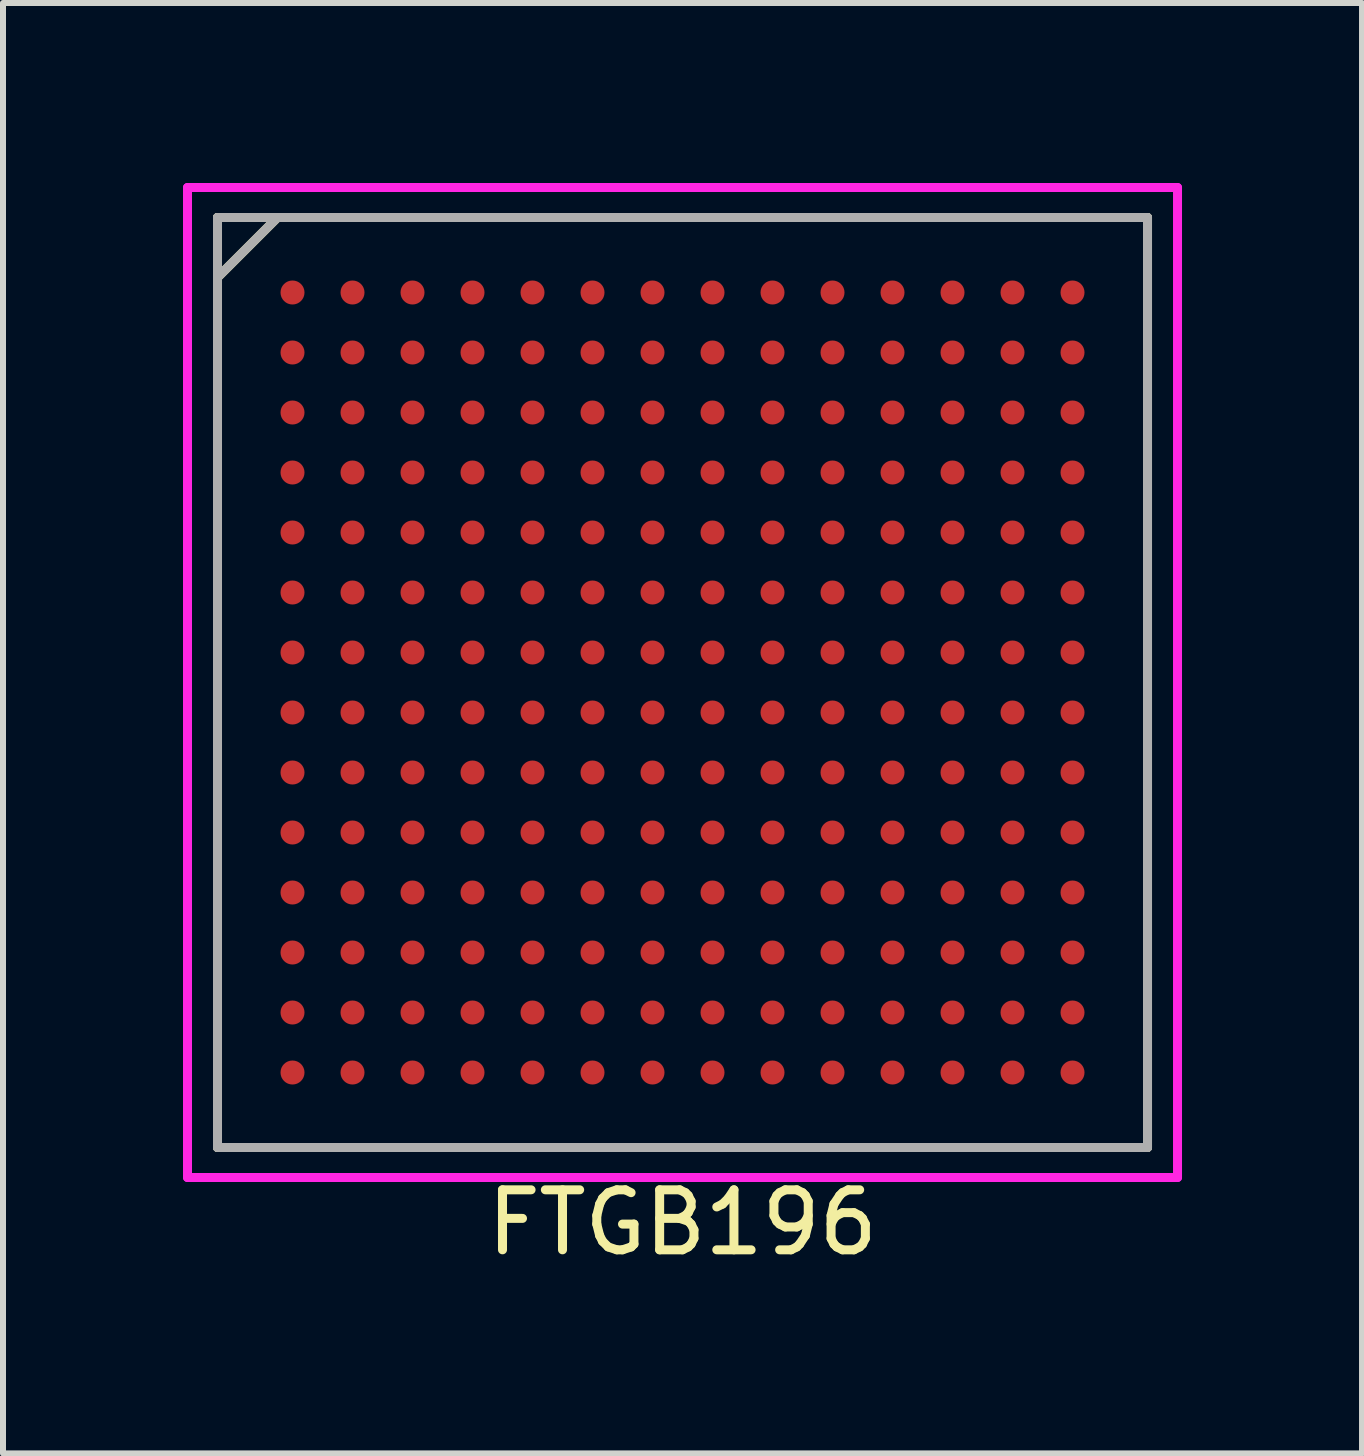
<source format=kicad_pcb>
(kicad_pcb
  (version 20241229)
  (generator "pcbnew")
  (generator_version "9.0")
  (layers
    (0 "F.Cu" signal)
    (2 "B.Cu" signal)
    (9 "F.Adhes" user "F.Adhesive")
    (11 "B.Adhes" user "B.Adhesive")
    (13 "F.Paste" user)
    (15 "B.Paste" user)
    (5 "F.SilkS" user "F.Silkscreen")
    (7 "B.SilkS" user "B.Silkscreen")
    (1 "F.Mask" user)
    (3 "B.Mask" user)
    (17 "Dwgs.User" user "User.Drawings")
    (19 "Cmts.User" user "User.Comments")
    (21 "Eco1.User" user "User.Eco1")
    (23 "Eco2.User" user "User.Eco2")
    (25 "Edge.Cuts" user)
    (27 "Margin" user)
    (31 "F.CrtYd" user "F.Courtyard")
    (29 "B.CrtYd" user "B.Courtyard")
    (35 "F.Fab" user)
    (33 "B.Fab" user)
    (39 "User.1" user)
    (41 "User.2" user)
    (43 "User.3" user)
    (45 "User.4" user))
  (footprint "FTGB196"
    (layer "F.Cu")
    (at 8.325 8.325)
    (property "Reference" "FTGB196" (at 0 9 0) (layer "F.SilkS") (effects (font (size 1 1) (thickness 0.15))))
    (attr through_hole)
    (fp_line (start -7.75 -7.75) (end -6.75 -7.75) (stroke (width 0.15) (type solid)) (layer "F.SilkS"))
    (fp_line (start -7.75 -7.75) (end 7.75 -7.75) (stroke (width 0.15) (type solid)) (layer "F.SilkS"))
    (fp_line (start -7.75 7.75) (end -7.75 -7.75) (stroke (width 0.15) (type solid)) (layer "F.SilkS"))
    (fp_line (start -6.75 -7.75) (end -7.75 -6.75) (stroke (width 0.15) (type solid)) (layer "F.SilkS"))
    (fp_line (start 7.75 -7.75) (end 7.75 7.75) (stroke (width 0.15) (type solid)) (layer "F.SilkS"))
    (fp_line (start 7.75 7.75) (end -7.75 7.75) (stroke (width 0.15) (type solid)) (layer "F.SilkS"))
    (fp_line (start -8.25 -8.25) (end 8.25 -8.25) (stroke (width 0.15) (type solid)) (layer "F.CrtYd"))
    (fp_line (start -8.25 8.25) (end -8.25 -8.25) (stroke (width 0.15) (type solid)) (layer "F.CrtYd"))
    (fp_line (start 8.25 -8.25) (end 8.25 8.25) (stroke (width 0.15) (type solid)) (layer "F.CrtYd"))
    (fp_line (start 8.25 8.25) (end -8.25 8.25) (stroke (width 0.15) (type solid)) (layer "F.CrtYd"))
    (fp_line (start -7.75 -7.75) (end 7.75 -7.75) (stroke (width 0.15) (type solid)) (layer "F.Fab"))
    (fp_line (start -7.75 7.75) (end -7.75 -7.75) (stroke (width 0.15) (type solid)) (layer "F.Fab"))
    (fp_line (start -6.75 -7.75) (end -7.75 -6.75) (stroke (width 0.15) (type solid)) (layer "F.Fab"))
    (fp_line (start 7.75 -7.75) (end 7.75 7.75) (stroke (width 0.15) (type solid)) (layer "F.Fab"))
    (fp_line (start 7.75 7.75) (end -7.75 7.75) (stroke (width 0.15) (type solid)) (layer "F.Fab"))
    (pad "A1" smd circle (at -6.5 -6.5) (size 0.4 0.4) (layers "F.Cu" "F.Mask" "F.Paste"))
    (pad "A2" smd circle (at -5.5 -6.5) (size 0.4 0.4) (layers "F.Cu" "F.Mask" "F.Paste"))
    (pad "A3" smd circle (at -4.5 -6.5) (size 0.4 0.4) (layers "F.Cu" "F.Mask" "F.Paste"))
    (pad "A4" smd circle (at -3.5 -6.5) (size 0.4 0.4) (layers "F.Cu" "F.Mask" "F.Paste"))
    (pad "A5" smd circle (at -2.5 -6.5) (size 0.4 0.4) (layers "F.Cu" "F.Mask" "F.Paste"))
    (pad "A6" smd circle (at -1.5 -6.5) (size 0.4 0.4) (layers "F.Cu" "F.Mask" "F.Paste"))
    (pad "A7" smd circle (at -0.5 -6.5) (size 0.4 0.4) (layers "F.Cu" "F.Mask" "F.Paste"))
    (pad "A8" smd circle (at 0.5 -6.5) (size 0.4 0.4) (layers "F.Cu" "F.Mask" "F.Paste"))
    (pad "A9" smd circle (at 1.5 -6.5) (size 0.4 0.4) (layers "F.Cu" "F.Mask" "F.Paste"))
    (pad "A10" smd circle (at 2.5 -6.5) (size 0.4 0.4) (layers "F.Cu" "F.Mask" "F.Paste"))
    (pad "A11" smd circle (at 3.5 -6.5) (size 0.4 0.4) (layers "F.Cu" "F.Mask" "F.Paste"))
    (pad "A12" smd circle (at 4.5 -6.5) (size 0.4 0.4) (layers "F.Cu" "F.Mask" "F.Paste"))
    (pad "A13" smd circle (at 5.5 -6.5) (size 0.4 0.4) (layers "F.Cu" "F.Mask" "F.Paste"))
    (pad "A14" smd circle (at 6.5 -6.5) (size 0.4 0.4) (layers "F.Cu" "F.Mask" "F.Paste"))
    (pad "B1" smd circle (at -6.5 -5.5) (size 0.4 0.4) (layers "F.Cu" "F.Mask" "F.Paste"))
    (pad "B2" smd circle (at -5.5 -5.5) (size 0.4 0.4) (layers "F.Cu" "F.Mask" "F.Paste"))
    (pad "B3" smd circle (at -4.5 -5.5) (size 0.4 0.4) (layers "F.Cu" "F.Mask" "F.Paste"))
    (pad "B4" smd circle (at -3.5 -5.5) (size 0.4 0.4) (layers "F.Cu" "F.Mask" "F.Paste"))
    (pad "B5" smd circle (at -2.5 -5.5) (size 0.4 0.4) (layers "F.Cu" "F.Mask" "F.Paste"))
    (pad "B6" smd circle (at -1.5 -5.5) (size 0.4 0.4) (layers "F.Cu" "F.Mask" "F.Paste"))
    (pad "B7" smd circle (at -0.5 -5.5) (size 0.4 0.4) (layers "F.Cu" "F.Mask" "F.Paste"))
    (pad "B8" smd circle (at 0.5 -5.5) (size 0.4 0.4) (layers "F.Cu" "F.Mask" "F.Paste"))
    (pad "B9" smd circle (at 1.5 -5.5) (size 0.4 0.4) (layers "F.Cu" "F.Mask" "F.Paste"))
    (pad "B10" smd circle (at 2.5 -5.5) (size 0.4 0.4) (layers "F.Cu" "F.Mask" "F.Paste"))
    (pad "B11" smd circle (at 3.5 -5.5) (size 0.4 0.4) (layers "F.Cu" "F.Mask" "F.Paste"))
    (pad "B12" smd circle (at 4.5 -5.5) (size 0.4 0.4) (layers "F.Cu" "F.Mask" "F.Paste"))
    (pad "B13" smd circle (at 5.5 -5.5) (size 0.4 0.4) (layers "F.Cu" "F.Mask" "F.Paste"))
    (pad "B14" smd circle (at 6.5 -5.5) (size 0.4 0.4) (layers "F.Cu" "F.Mask" "F.Paste"))
    (pad "C1" smd circle (at -6.5 -4.5) (size 0.4 0.4) (layers "F.Cu" "F.Mask" "F.Paste"))
    (pad "C2" smd circle (at -5.5 -4.5) (size 0.4 0.4) (layers "F.Cu" "F.Mask" "F.Paste"))
    (pad "C3" smd circle (at -4.5 -4.5) (size 0.4 0.4) (layers "F.Cu" "F.Mask" "F.Paste"))
    (pad "C4" smd circle (at -3.5 -4.5) (size 0.4 0.4) (layers "F.Cu" "F.Mask" "F.Paste"))
    (pad "C5" smd circle (at -2.5 -4.5) (size 0.4 0.4) (layers "F.Cu" "F.Mask" "F.Paste"))
    (pad "C6" smd circle (at -1.5 -4.5) (size 0.4 0.4) (layers "F.Cu" "F.Mask" "F.Paste"))
    (pad "C7" smd circle (at -0.5 -4.5) (size 0.4 0.4) (layers "F.Cu" "F.Mask" "F.Paste"))
    (pad "C8" smd circle (at 0.5 -4.5) (size 0.4 0.4) (layers "F.Cu" "F.Mask" "F.Paste"))
    (pad "C9" smd circle (at 1.5 -4.5) (size 0.4 0.4) (layers "F.Cu" "F.Mask" "F.Paste"))
    (pad "C10" smd circle (at 2.5 -4.5) (size 0.4 0.4) (layers "F.Cu" "F.Mask" "F.Paste"))
    (pad "C11" smd circle (at 3.5 -4.5) (size 0.4 0.4) (layers "F.Cu" "F.Mask" "F.Paste"))
    (pad "C12" smd circle (at 4.5 -4.5) (size 0.4 0.4) (layers "F.Cu" "F.Mask" "F.Paste"))
    (pad "C13" smd circle (at 5.5 -4.5) (size 0.4 0.4) (layers "F.Cu" "F.Mask" "F.Paste"))
    (pad "C14" smd circle (at 6.5 -4.5) (size 0.4 0.4) (layers "F.Cu" "F.Mask" "F.Paste"))
    (pad "D1" smd circle (at -6.5 -3.5) (size 0.4 0.4) (layers "F.Cu" "F.Mask" "F.Paste"))
    (pad "D2" smd circle (at -5.5 -3.5) (size 0.4 0.4) (layers "F.Cu" "F.Mask" "F.Paste"))
    (pad "D3" smd circle (at -4.5 -3.5) (size 0.4 0.4) (layers "F.Cu" "F.Mask" "F.Paste"))
    (pad "D4" smd circle (at -3.5 -3.5) (size 0.4 0.4) (layers "F.Cu" "F.Mask" "F.Paste"))
    (pad "D5" smd circle (at -2.5 -3.5) (size 0.4 0.4) (layers "F.Cu" "F.Mask" "F.Paste"))
    (pad "D6" smd circle (at -1.5 -3.5) (size 0.4 0.4) (layers "F.Cu" "F.Mask" "F.Paste"))
    (pad "D7" smd circle (at -0.5 -3.5) (size 0.4 0.4) (layers "F.Cu" "F.Mask" "F.Paste"))
    (pad "D8" smd circle (at 0.5 -3.5) (size 0.4 0.4) (layers "F.Cu" "F.Mask" "F.Paste"))
    (pad "D9" smd circle (at 1.5 -3.5) (size 0.4 0.4) (layers "F.Cu" "F.Mask" "F.Paste"))
    (pad "D10" smd circle (at 2.5 -3.5) (size 0.4 0.4) (layers "F.Cu" "F.Mask" "F.Paste"))
    (pad "D11" smd circle (at 3.5 -3.5) (size 0.4 0.4) (layers "F.Cu" "F.Mask" "F.Paste"))
    (pad "D12" smd circle (at 4.5 -3.5) (size 0.4 0.4) (layers "F.Cu" "F.Mask" "F.Paste"))
    (pad "D13" smd circle (at 5.5 -3.5) (size 0.4 0.4) (layers "F.Cu" "F.Mask" "F.Paste"))
    (pad "D14" smd circle (at 6.5 -3.5) (size 0.4 0.4) (layers "F.Cu" "F.Mask" "F.Paste"))
    (pad "E1" smd circle (at -6.5 -2.5) (size 0.4 0.4) (layers "F.Cu" "F.Mask" "F.Paste"))
    (pad "E2" smd circle (at -5.5 -2.5) (size 0.4 0.4) (layers "F.Cu" "F.Mask" "F.Paste"))
    (pad "E3" smd circle (at -4.5 -2.5) (size 0.4 0.4) (layers "F.Cu" "F.Mask" "F.Paste"))
    (pad "E4" smd circle (at -3.5 -2.5) (size 0.4 0.4) (layers "F.Cu" "F.Mask" "F.Paste"))
    (pad "E5" smd circle (at -2.5 -2.5) (size 0.4 0.4) (layers "F.Cu" "F.Mask" "F.Paste"))
    (pad "E6" smd circle (at -1.5 -2.5) (size 0.4 0.4) (layers "F.Cu" "F.Mask" "F.Paste"))
    (pad "E7" smd circle (at -0.5 -2.5) (size 0.4 0.4) (layers "F.Cu" "F.Mask" "F.Paste"))
    (pad "E8" smd circle (at 0.5 -2.5) (size 0.4 0.4) (layers "F.Cu" "F.Mask" "F.Paste"))
    (pad "E9" smd circle (at 1.5 -2.5) (size 0.4 0.4) (layers "F.Cu" "F.Mask" "F.Paste"))
    (pad "E10" smd circle (at 2.5 -2.5) (size 0.4 0.4) (layers "F.Cu" "F.Mask" "F.Paste"))
    (pad "E11" smd circle (at 3.5 -2.5) (size 0.4 0.4) (layers "F.Cu" "F.Mask" "F.Paste"))
    (pad "E12" smd circle (at 4.5 -2.5) (size 0.4 0.4) (layers "F.Cu" "F.Mask" "F.Paste"))
    (pad "E13" smd circle (at 5.5 -2.5) (size 0.4 0.4) (layers "F.Cu" "F.Mask" "F.Paste"))
    (pad "E14" smd circle (at 6.5 -2.5) (size 0.4 0.4) (layers "F.Cu" "F.Mask" "F.Paste"))
    (pad "F1" smd circle (at -6.5 -1.5) (size 0.4 0.4) (layers "F.Cu" "F.Mask" "F.Paste"))
    (pad "F2" smd circle (at -5.5 -1.5) (size 0.4 0.4) (layers "F.Cu" "F.Mask" "F.Paste"))
    (pad "F3" smd circle (at -4.5 -1.5) (size 0.4 0.4) (layers "F.Cu" "F.Mask" "F.Paste"))
    (pad "F4" smd circle (at -3.5 -1.5) (size 0.4 0.4) (layers "F.Cu" "F.Mask" "F.Paste"))
    (pad "F5" smd circle (at -2.5 -1.5) (size 0.4 0.4) (layers "F.Cu" "F.Mask" "F.Paste"))
    (pad "F6" smd circle (at -1.5 -1.5) (size 0.4 0.4) (layers "F.Cu" "F.Mask" "F.Paste"))
    (pad "F7" smd circle (at -0.5 -1.5) (size 0.4 0.4) (layers "F.Cu" "F.Mask" "F.Paste"))
    (pad "F8" smd circle (at 0.5 -1.5) (size 0.4 0.4) (layers "F.Cu" "F.Mask" "F.Paste"))
    (pad "F9" smd circle (at 1.5 -1.5) (size 0.4 0.4) (layers "F.Cu" "F.Mask" "F.Paste"))
    (pad "F10" smd circle (at 2.5 -1.5) (size 0.4 0.4) (layers "F.Cu" "F.Mask" "F.Paste"))
    (pad "F11" smd circle (at 3.5 -1.5) (size 0.4 0.4) (layers "F.Cu" "F.Mask" "F.Paste"))
    (pad "F12" smd circle (at 4.5 -1.5) (size 0.4 0.4) (layers "F.Cu" "F.Mask" "F.Paste"))
    (pad "F13" smd circle (at 5.5 -1.5) (size 0.4 0.4) (layers "F.Cu" "F.Mask" "F.Paste"))
    (pad "F14" smd circle (at 6.5 -1.5) (size 0.4 0.4) (layers "F.Cu" "F.Mask" "F.Paste"))
    (pad "G1" smd circle (at -6.5 -0.5) (size 0.4 0.4) (layers "F.Cu" "F.Mask" "F.Paste"))
    (pad "G2" smd circle (at -5.5 -0.5) (size 0.4 0.4) (layers "F.Cu" "F.Mask" "F.Paste"))
    (pad "G3" smd circle (at -4.5 -0.5) (size 0.4 0.4) (layers "F.Cu" "F.Mask" "F.Paste"))
    (pad "G4" smd circle (at -3.5 -0.5) (size 0.4 0.4) (layers "F.Cu" "F.Mask" "F.Paste"))
    (pad "G5" smd circle (at -2.5 -0.5) (size 0.4 0.4) (layers "F.Cu" "F.Mask" "F.Paste"))
    (pad "G6" smd circle (at -1.5 -0.5) (size 0.4 0.4) (layers "F.Cu" "F.Mask" "F.Paste"))
    (pad "G7" smd circle (at -0.5 -0.5) (size 0.4 0.4) (layers "F.Cu" "F.Mask" "F.Paste"))
    (pad "G8" smd circle (at 0.5 -0.5) (size 0.4 0.4) (layers "F.Cu" "F.Mask" "F.Paste"))
    (pad "G9" smd circle (at 1.5 -0.5) (size 0.4 0.4) (layers "F.Cu" "F.Mask" "F.Paste"))
    (pad "G10" smd circle (at 2.5 -0.5) (size 0.4 0.4) (layers "F.Cu" "F.Mask" "F.Paste"))
    (pad "G11" smd circle (at 3.5 -0.5) (size 0.4 0.4) (layers "F.Cu" "F.Mask" "F.Paste"))
    (pad "G12" smd circle (at 4.5 -0.5) (size 0.4 0.4) (layers "F.Cu" "F.Mask" "F.Paste"))
    (pad "G13" smd circle (at 5.5 -0.5) (size 0.4 0.4) (layers "F.Cu" "F.Mask" "F.Paste"))
    (pad "G14" smd circle (at 6.5 -0.5) (size 0.4 0.4) (layers "F.Cu" "F.Mask" "F.Paste"))
    (pad "H1" smd circle (at -6.5 0.5) (size 0.4 0.4) (layers "F.Cu" "F.Mask" "F.Paste"))
    (pad "H2" smd circle (at -5.5 0.5) (size 0.4 0.4) (layers "F.Cu" "F.Mask" "F.Paste"))
    (pad "H3" smd circle (at -4.5 0.5) (size 0.4 0.4) (layers "F.Cu" "F.Mask" "F.Paste"))
    (pad "H4" smd circle (at -3.5 0.5) (size 0.4 0.4) (layers "F.Cu" "F.Mask" "F.Paste"))
    (pad "H5" smd circle (at -2.5 0.5) (size 0.4 0.4) (layers "F.Cu" "F.Mask" "F.Paste"))
    (pad "H6" smd circle (at -1.5 0.5) (size 0.4 0.4) (layers "F.Cu" "F.Mask" "F.Paste"))
    (pad "H7" smd circle (at -0.5 0.5) (size 0.4 0.4) (layers "F.Cu" "F.Mask" "F.Paste"))
    (pad "H8" smd circle (at 0.5 0.5) (size 0.4 0.4) (layers "F.Cu" "F.Mask" "F.Paste"))
    (pad "H9" smd circle (at 1.5 0.5) (size 0.4 0.4) (layers "F.Cu" "F.Mask" "F.Paste"))
    (pad "H10" smd circle (at 2.5 0.5) (size 0.4 0.4) (layers "F.Cu" "F.Mask" "F.Paste"))
    (pad "H11" smd circle (at 3.5 0.5) (size 0.4 0.4) (layers "F.Cu" "F.Mask" "F.Paste"))
    (pad "H12" smd circle (at 4.5 0.5) (size 0.4 0.4) (layers "F.Cu" "F.Mask" "F.Paste"))
    (pad "H13" smd circle (at 5.5 0.5) (size 0.4 0.4) (layers "F.Cu" "F.Mask" "F.Paste"))
    (pad "H14" smd circle (at 6.5 0.5) (size 0.4 0.4) (layers "F.Cu" "F.Mask" "F.Paste"))
    (pad "J1" smd circle (at -6.5 1.5) (size 0.4 0.4) (layers "F.Cu" "F.Mask" "F.Paste"))
    (pad "J2" smd circle (at -5.5 1.5) (size 0.4 0.4) (layers "F.Cu" "F.Mask" "F.Paste"))
    (pad "J3" smd circle (at -4.5 1.5) (size 0.4 0.4) (layers "F.Cu" "F.Mask" "F.Paste"))
    (pad "J4" smd circle (at -3.5 1.5) (size 0.4 0.4) (layers "F.Cu" "F.Mask" "F.Paste"))
    (pad "J5" smd circle (at -2.5 1.5) (size 0.4 0.4) (layers "F.Cu" "F.Mask" "F.Paste"))
    (pad "J6" smd circle (at -1.5 1.5) (size 0.4 0.4) (layers "F.Cu" "F.Mask" "F.Paste"))
    (pad "J7" smd circle (at -0.5 1.5) (size 0.4 0.4) (layers "F.Cu" "F.Mask" "F.Paste"))
    (pad "J8" smd circle (at 0.5 1.5) (size 0.4 0.4) (layers "F.Cu" "F.Mask" "F.Paste"))
    (pad "J9" smd circle (at 1.5 1.5) (size 0.4 0.4) (layers "F.Cu" "F.Mask" "F.Paste"))
    (pad "J10" smd circle (at 2.5 1.5) (size 0.4 0.4) (layers "F.Cu" "F.Mask" "F.Paste"))
    (pad "J11" smd circle (at 3.5 1.5) (size 0.4 0.4) (layers "F.Cu" "F.Mask" "F.Paste"))
    (pad "J12" smd circle (at 4.5 1.5) (size 0.4 0.4) (layers "F.Cu" "F.Mask" "F.Paste"))
    (pad "J13" smd circle (at 5.5 1.5) (size 0.4 0.4) (layers "F.Cu" "F.Mask" "F.Paste"))
    (pad "J14" smd circle (at 6.5 1.5) (size 0.4 0.4) (layers "F.Cu" "F.Mask" "F.Paste"))
    (pad "K1" smd circle (at -6.5 2.5) (size 0.4 0.4) (layers "F.Cu" "F.Mask" "F.Paste"))
    (pad "K2" smd circle (at -5.5 2.5) (size 0.4 0.4) (layers "F.Cu" "F.Mask" "F.Paste"))
    (pad "K3" smd circle (at -4.5 2.5) (size 0.4 0.4) (layers "F.Cu" "F.Mask" "F.Paste"))
    (pad "K4" smd circle (at -3.5 2.5) (size 0.4 0.4) (layers "F.Cu" "F.Mask" "F.Paste"))
    (pad "K5" smd circle (at -2.5 2.5) (size 0.4 0.4) (layers "F.Cu" "F.Mask" "F.Paste"))
    (pad "K6" smd circle (at -1.5 2.5) (size 0.4 0.4) (layers "F.Cu" "F.Mask" "F.Paste"))
    (pad "K7" smd circle (at -0.5 2.5) (size 0.4 0.4) (layers "F.Cu" "F.Mask" "F.Paste"))
    (pad "K8" smd circle (at 0.5 2.5) (size 0.4 0.4) (layers "F.Cu" "F.Mask" "F.Paste"))
    (pad "K9" smd circle (at 1.5 2.5) (size 0.4 0.4) (layers "F.Cu" "F.Mask" "F.Paste"))
    (pad "K10" smd circle (at 2.5 2.5) (size 0.4 0.4) (layers "F.Cu" "F.Mask" "F.Paste"))
    (pad "K11" smd circle (at 3.5 2.5) (size 0.4 0.4) (layers "F.Cu" "F.Mask" "F.Paste"))
    (pad "K12" smd circle (at 4.5 2.5) (size 0.4 0.4) (layers "F.Cu" "F.Mask" "F.Paste"))
    (pad "K13" smd circle (at 5.5 2.5) (size 0.4 0.4) (layers "F.Cu" "F.Mask" "F.Paste"))
    (pad "K14" smd circle (at 6.5 2.5) (size 0.4 0.4) (layers "F.Cu" "F.Mask" "F.Paste"))
    (pad "L1" smd circle (at -6.5 3.5) (size 0.4 0.4) (layers "F.Cu" "F.Mask" "F.Paste"))
    (pad "L2" smd circle (at -5.5 3.5) (size 0.4 0.4) (layers "F.Cu" "F.Mask" "F.Paste"))
    (pad "L3" smd circle (at -4.5 3.5) (size 0.4 0.4) (layers "F.Cu" "F.Mask" "F.Paste"))
    (pad "L4" smd circle (at -3.5 3.5) (size 0.4 0.4) (layers "F.Cu" "F.Mask" "F.Paste"))
    (pad "L5" smd circle (at -2.5 3.5) (size 0.4 0.4) (layers "F.Cu" "F.Mask" "F.Paste"))
    (pad "L6" smd circle (at -1.5 3.5) (size 0.4 0.4) (layers "F.Cu" "F.Mask" "F.Paste"))
    (pad "L7" smd circle (at -0.5 3.5) (size 0.4 0.4) (layers "F.Cu" "F.Mask" "F.Paste"))
    (pad "L8" smd circle (at 0.5 3.5) (size 0.4 0.4) (layers "F.Cu" "F.Mask" "F.Paste"))
    (pad "L9" smd circle (at 1.5 3.5) (size 0.4 0.4) (layers "F.Cu" "F.Mask" "F.Paste"))
    (pad "L10" smd circle (at 2.5 3.5) (size 0.4 0.4) (layers "F.Cu" "F.Mask" "F.Paste"))
    (pad "L11" smd circle (at 3.5 3.5) (size 0.4 0.4) (layers "F.Cu" "F.Mask" "F.Paste"))
    (pad "L12" smd circle (at 4.5 3.5) (size 0.4 0.4) (layers "F.Cu" "F.Mask" "F.Paste"))
    (pad "L13" smd circle (at 5.5 3.5) (size 0.4 0.4) (layers "F.Cu" "F.Mask" "F.Paste"))
    (pad "L14" smd circle (at 6.5 3.5) (size 0.4 0.4) (layers "F.Cu" "F.Mask" "F.Paste"))
    (pad "M1" smd circle (at -6.5 4.5) (size 0.4 0.4) (layers "F.Cu" "F.Mask" "F.Paste"))
    (pad "M2" smd circle (at -5.5 4.5) (size 0.4 0.4) (layers "F.Cu" "F.Mask" "F.Paste"))
    (pad "M3" smd circle (at -4.5 4.5) (size 0.4 0.4) (layers "F.Cu" "F.Mask" "F.Paste"))
    (pad "M4" smd circle (at -3.5 4.5) (size 0.4 0.4) (layers "F.Cu" "F.Mask" "F.Paste"))
    (pad "M5" smd circle (at -2.5 4.5) (size 0.4 0.4) (layers "F.Cu" "F.Mask" "F.Paste"))
    (pad "M6" smd circle (at -1.5 4.5) (size 0.4 0.4) (layers "F.Cu" "F.Mask" "F.Paste"))
    (pad "M7" smd circle (at -0.5 4.5) (size 0.4 0.4) (layers "F.Cu" "F.Mask" "F.Paste"))
    (pad "M8" smd circle (at 0.5 4.5) (size 0.4 0.4) (layers "F.Cu" "F.Mask" "F.Paste"))
    (pad "M9" smd circle (at 1.5 4.5) (size 0.4 0.4) (layers "F.Cu" "F.Mask" "F.Paste"))
    (pad "M10" smd circle (at 2.5 4.5) (size 0.4 0.4) (layers "F.Cu" "F.Mask" "F.Paste"))
    (pad "M11" smd circle (at 3.5 4.5) (size 0.4 0.4) (layers "F.Cu" "F.Mask" "F.Paste"))
    (pad "M12" smd circle (at 4.5 4.5) (size 0.4 0.4) (layers "F.Cu" "F.Mask" "F.Paste"))
    (pad "M13" smd circle (at 5.5 4.5) (size 0.4 0.4) (layers "F.Cu" "F.Mask" "F.Paste"))
    (pad "M14" smd circle (at 6.5 4.5) (size 0.4 0.4) (layers "F.Cu" "F.Mask" "F.Paste"))
    (pad "N1" smd circle (at -6.5 5.5) (size 0.4 0.4) (layers "F.Cu" "F.Mask" "F.Paste"))
    (pad "N2" smd circle (at -5.5 5.5) (size 0.4 0.4) (layers "F.Cu" "F.Mask" "F.Paste"))
    (pad "N3" smd circle (at -4.5 5.5) (size 0.4 0.4) (layers "F.Cu" "F.Mask" "F.Paste"))
    (pad "N4" smd circle (at -3.5 5.5) (size 0.4 0.4) (layers "F.Cu" "F.Mask" "F.Paste"))
    (pad "N5" smd circle (at -2.5 5.5) (size 0.4 0.4) (layers "F.Cu" "F.Mask" "F.Paste"))
    (pad "N6" smd circle (at -1.5 5.5) (size 0.4 0.4) (layers "F.Cu" "F.Mask" "F.Paste"))
    (pad "N7" smd circle (at -0.5 5.5) (size 0.4 0.4) (layers "F.Cu" "F.Mask" "F.Paste"))
    (pad "N8" smd circle (at 0.5 5.5) (size 0.4 0.4) (layers "F.Cu" "F.Mask" "F.Paste"))
    (pad "N9" smd circle (at 1.5 5.5) (size 0.4 0.4) (layers "F.Cu" "F.Mask" "F.Paste"))
    (pad "N10" smd circle (at 2.5 5.5) (size 0.4 0.4) (layers "F.Cu" "F.Mask" "F.Paste"))
    (pad "N11" smd circle (at 3.5 5.5) (size 0.4 0.4) (layers "F.Cu" "F.Mask" "F.Paste"))
    (pad "N12" smd circle (at 4.5 5.5) (size 0.4 0.4) (layers "F.Cu" "F.Mask" "F.Paste"))
    (pad "N13" smd circle (at 5.5 5.5) (size 0.4 0.4) (layers "F.Cu" "F.Mask" "F.Paste"))
    (pad "N14" smd circle (at 6.5 5.5) (size 0.4 0.4) (layers "F.Cu" "F.Mask" "F.Paste"))
    (pad "P1" smd circle (at -6.5 6.5) (size 0.4 0.4) (layers "F.Cu" "F.Mask" "F.Paste"))
    (pad "P2" smd circle (at -5.5 6.5) (size 0.4 0.4) (layers "F.Cu" "F.Mask" "F.Paste"))
    (pad "P3" smd circle (at -4.5 6.5) (size 0.4 0.4) (layers "F.Cu" "F.Mask" "F.Paste"))
    (pad "P4" smd circle (at -3.5 6.5) (size 0.4 0.4) (layers "F.Cu" "F.Mask" "F.Paste"))
    (pad "P5" smd circle (at -2.5 6.5) (size 0.4 0.4) (layers "F.Cu" "F.Mask" "F.Paste"))
    (pad "P6" smd circle (at -1.5 6.5) (size 0.4 0.4) (layers "F.Cu" "F.Mask" "F.Paste"))
    (pad "P7" smd circle (at -0.5 6.5) (size 0.4 0.4) (layers "F.Cu" "F.Mask" "F.Paste"))
    (pad "P8" smd circle (at 0.5 6.5) (size 0.4 0.4) (layers "F.Cu" "F.Mask" "F.Paste"))
    (pad "P9" smd circle (at 1.5 6.5) (size 0.4 0.4) (layers "F.Cu" "F.Mask" "F.Paste"))
    (pad "P10" smd circle (at 2.5 6.5) (size 0.4 0.4) (layers "F.Cu" "F.Mask" "F.Paste"))
    (pad "P11" smd circle (at 3.5 6.5) (size 0.4 0.4) (layers "F.Cu" "F.Mask" "F.Paste"))
    (pad "P12" smd circle (at 4.5 6.5) (size 0.4 0.4) (layers "F.Cu" "F.Mask" "F.Paste"))
    (pad "P13" smd circle (at 5.5 6.5) (size 0.4 0.4) (layers "F.Cu" "F.Mask" "F.Paste"))
    (pad "P14" smd circle (at 6.5 6.5) (size 0.4 0.4) (layers "F.Cu" "F.Mask" "F.Paste")))
  (gr_rect
    (start -3 -3)
    (end 19.65 21.173)
    (stroke (width 0.1) (type default))
    (fill no)
    (layer "Edge.Cuts")))
</source>
